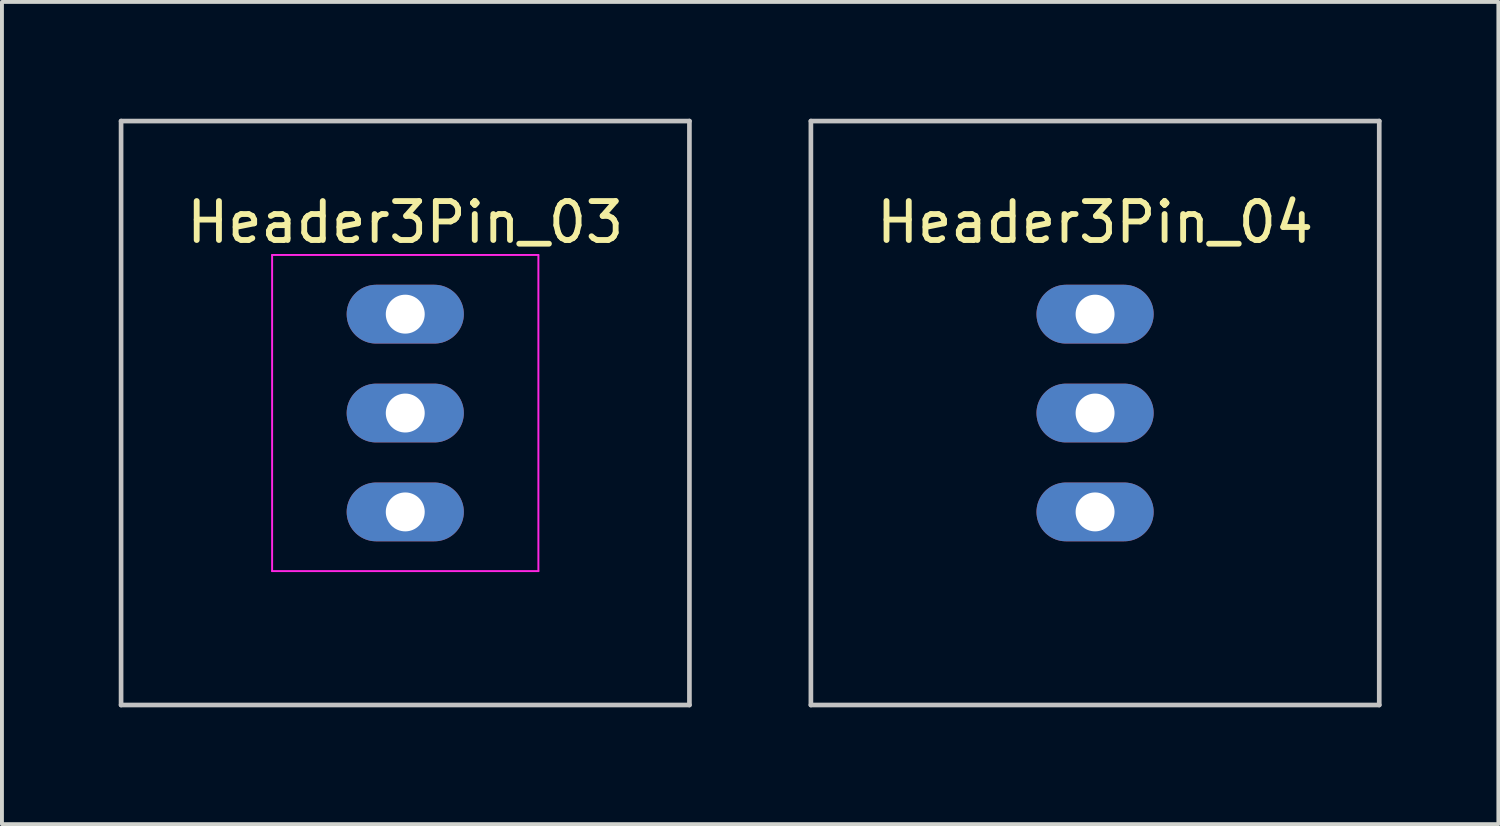
<source format=kicad_pcb>
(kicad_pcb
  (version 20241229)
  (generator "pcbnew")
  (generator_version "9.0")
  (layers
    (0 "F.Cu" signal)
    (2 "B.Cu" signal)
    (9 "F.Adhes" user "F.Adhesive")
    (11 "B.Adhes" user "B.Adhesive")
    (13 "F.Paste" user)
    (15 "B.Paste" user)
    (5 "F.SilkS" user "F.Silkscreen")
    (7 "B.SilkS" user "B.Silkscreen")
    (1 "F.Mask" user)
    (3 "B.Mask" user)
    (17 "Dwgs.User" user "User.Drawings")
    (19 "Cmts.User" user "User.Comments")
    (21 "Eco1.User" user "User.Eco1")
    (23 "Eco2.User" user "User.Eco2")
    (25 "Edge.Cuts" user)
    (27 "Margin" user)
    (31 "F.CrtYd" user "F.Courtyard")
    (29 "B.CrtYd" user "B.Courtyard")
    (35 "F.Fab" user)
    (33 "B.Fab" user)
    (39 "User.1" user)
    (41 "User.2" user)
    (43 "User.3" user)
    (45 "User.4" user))
  (footprint "Header3Pin_03"
    (layer "F.Cu")
    (at 7.36 7.56)
    (property "Reference" "Header3Pin_03" (at 0 -4.9 0) (layer "F.SilkS") (effects (font (size 1 1) (thickness 0.15))))
    (attr through_hole)
    (fp_line (start -7.3 -7.5) (end -7.3 7.5) (stroke (width 0.12) (type solid)) (layer "Dwgs.User"))
    (fp_line (start -7.3 -7.5) (end 7.3 -7.5) (stroke (width 0.12) (type solid)) (layer "Dwgs.User"))
    (fp_line (start -7.3 7.5) (end 7.3 7.5) (stroke (width 0.12) (type solid)) (layer "Dwgs.User"))
    (fp_line (start 7.3 -7.5) (end 7.3 7.5) (stroke (width 0.12) (type solid)) (layer "Dwgs.User"))
    (fp_line (start -3.42 4.06) (end -3.42 -4.06) (stroke (width 0.05) (type solid)) (layer "F.CrtYd"))
    (fp_line (start -3.42 4.06) (end 3.42 4.06) (stroke (width 0.05) (type solid)) (layer "F.CrtYd"))
    (fp_line (start 3.42 -4.06) (end -3.42 -4.06) (stroke (width 0.05) (type solid)) (layer "F.CrtYd"))
    (fp_line (start 3.42 -4.06) (end 3.42 4.06) (stroke (width 0.05) (type solid)) (layer "F.CrtYd"))
    (pad "1" thru_hole oval (at 0 -2.54 270) (size 1.51 3.01) (drill 1) (layers "*.Cu" "*.Mask"))
    (pad "2" thru_hole oval (at 0 0 270) (size 1.51 3.01) (drill 1) (layers "*.Cu" "*.Mask"))
    (pad "3" thru_hole oval (at 0 2.54 270) (size 1.51 3.01) (drill 1) (layers "*.Cu" "*.Mask")))
  (footprint "Header3Pin_04"
    (layer "F.Cu")
    (at 25.08 7.56)
    (property "Reference" "Header3Pin_04" (at 0 -4.9 0) (layer "F.SilkS") (effects (font (size 1 1) (thickness 0.15))))
    (attr through_hole)
    (fp_line (start -7.3 -7.5) (end -7.3 7.5) (stroke (width 0.12) (type solid)) (layer "Dwgs.User"))
    (fp_line (start -7.3 -7.5) (end 7.3 -7.5) (stroke (width 0.12) (type solid)) (layer "Dwgs.User"))
    (fp_line (start -7.3 7.5) (end 7.3 7.5) (stroke (width 0.12) (type solid)) (layer "Dwgs.User"))
    (fp_line (start 7.3 -7.5) (end 7.3 7.5) (stroke (width 0.12) (type solid)) (layer "Dwgs.User"))
    (pad "1" thru_hole oval (at 0 -2.54 270) (size 1.51 3.01) (drill 1) (layers "*.Cu" "*.Mask"))
    (pad "2" thru_hole oval (at 0 0 270) (size 1.51 3.01) (drill 1) (layers "*.Cu" "*.Mask"))
    (pad "3" thru_hole oval (at 0 2.54 270) (size 1.51 3.01) (drill 1) (layers "*.Cu" "*.Mask")))
  (gr_rect
    (start -3 -3)
    (end 35.44 18.12)
    (stroke (width 0.1) (type default))
    (fill no)
    (layer "Edge.Cuts")))
</source>
